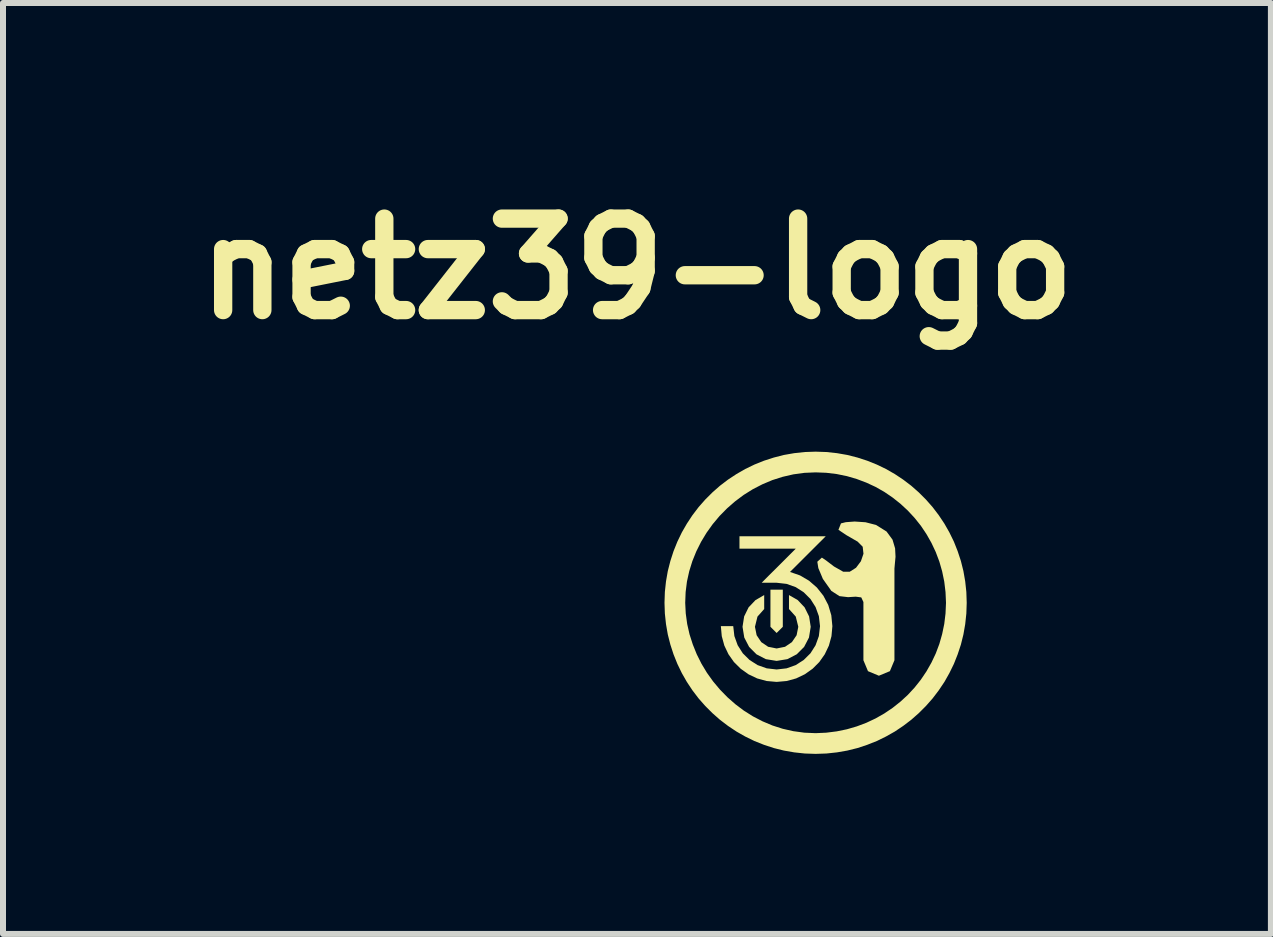
<source format=kicad_pcb>
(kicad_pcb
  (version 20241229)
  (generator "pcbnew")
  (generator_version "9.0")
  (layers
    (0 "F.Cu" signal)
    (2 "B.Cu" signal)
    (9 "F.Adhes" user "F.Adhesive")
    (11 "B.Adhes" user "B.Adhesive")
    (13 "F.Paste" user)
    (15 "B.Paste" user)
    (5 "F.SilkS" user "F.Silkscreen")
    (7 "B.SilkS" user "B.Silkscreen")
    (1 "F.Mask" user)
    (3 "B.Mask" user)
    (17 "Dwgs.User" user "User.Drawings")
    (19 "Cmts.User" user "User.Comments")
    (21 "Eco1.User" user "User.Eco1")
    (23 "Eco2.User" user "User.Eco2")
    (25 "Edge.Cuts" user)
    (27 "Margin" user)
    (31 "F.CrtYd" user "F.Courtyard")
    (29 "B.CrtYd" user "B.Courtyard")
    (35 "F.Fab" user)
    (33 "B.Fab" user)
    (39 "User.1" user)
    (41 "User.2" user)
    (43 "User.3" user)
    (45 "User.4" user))
  (footprint "netz39-logo"
    (layer "F.Cu")
    (at 7.562 4.016)
    (property "Reference" "netz39-logo" (at 0 -2.589 0) (layer "F.SilkS") (effects (font (size 1.524 1.524) (thickness 0.305))))
    (attr exclude_from_pos_files exclude_from_bom)
    (fp_poly (pts (xy 2.327 3.48) (xy 2.43 3.377) (xy 2.43 2.758) (xy 2.224 2.758) (xy 2.224 3.377) (xy 2.327 3.48)) (stroke (width 0) (type solid)) (fill yes) (layer "F.SilkS"))
    (fp_poly (pts (xy 2.327 3.945) (xy 2.506 3.916) (xy 2.662 3.835) (xy 2.785 3.712) (xy 2.866 3.556) (xy 2.895 3.377) (xy 2.868 3.204) (xy 2.793 3.053) (xy 2.679 2.932) (xy 2.533 2.848) (xy 2.533 3.081) (xy 2.646 3.207) (xy 2.688 3.377) (xy 2.66 3.517) (xy 2.582 3.632) (xy 2.467 3.71) (xy 2.327 3.738) (xy 2.186 3.71) (xy 2.071 3.632) (xy 1.994 3.517) (xy 1.966 3.377) (xy 2.008 3.207) (xy 2.12 3.081) (xy 2.12 2.848) (xy 1.975 2.932) (xy 1.86 3.053) (xy 1.786 3.204) (xy 1.759 3.377) (xy 1.788 3.556) (xy 1.869 3.712) (xy 1.991 3.835) (xy 2.147 3.916) (xy 2.327 3.945)) (stroke (width 0) (type solid)) (fill yes) (layer "F.SilkS"))
    (fp_poly (pts (xy 3.627 1.623) (xy 3.479 1.634) (xy 3.399 1.654) (xy 3.357 1.761) (xy 3.488 1.849) (xy 3.677 1.958) (xy 3.761 2.043) (xy 3.774 2.16) (xy 3.731 2.285) (xy 3.65 2.393) (xy 3.546 2.459) (xy 3.436 2.459) (xy 3.283 2.372) (xy 3.152 2.272) (xy 3.081 2.224) (xy 3.005 2.293) (xy 3.022 2.399) (xy 3.098 2.58) (xy 3.239 2.779) (xy 3.374 2.866) (xy 3.517 2.883) (xy 3.645 2.875) (xy 3.737 2.887) (xy 3.773 2.964) (xy 3.773 3.934) (xy 3.849 4.116) (xy 4.031 4.192) (xy 4.214 4.116) (xy 4.29 3.934) (xy 4.29 2.695) (xy 4.29 2.406) (xy 4.297 2.327) (xy 4.308 2.21) (xy 4.301 2.07) (xy 4.258 1.925) (xy 4.158 1.789) (xy 3.983 1.68) (xy 3.808 1.635) (xy 3.627 1.623)) (stroke (width 0) (type solid)) (fill yes) (layer "F.SilkS"))
    (fp_poly (pts (xy 1.708 1.869) (xy 1.708 2.075) (xy 2.646 2.075) (xy 2.532 2.189) (xy 2.419 2.302) (xy 2.305 2.416) (xy 2.191 2.529) (xy 2.078 2.643) (xy 2.327 2.643) (xy 2.493 2.662) (xy 2.645 2.716) (xy 2.779 2.802) (xy 2.891 2.914) (xy 2.976 3.048) (xy 3.031 3.2) (xy 3.05 3.366) (xy 3.031 3.531) (xy 2.976 3.684) (xy 2.891 3.818) (xy 2.779 3.929) (xy 2.645 4.015) (xy 2.493 4.069) (xy 2.327 4.088) (xy 2.162 4.069) (xy 2.01 4.015) (xy 1.875 3.929) (xy 1.763 3.818) (xy 1.678 3.684) (xy 1.623 3.531) (xy 1.604 3.366) (xy 1.398 3.366) (xy 1.413 3.533) (xy 1.456 3.69) (xy 1.525 3.835) (xy 1.616 3.964) (xy 1.729 4.076) (xy 1.858 4.168) (xy 2.003 4.237) (xy 2.16 4.28) (xy 2.327 4.295) (xy 2.494 4.28) (xy 2.652 4.237) (xy 2.796 4.168) (xy 2.926 4.076) (xy 3.038 3.964) (xy 3.129 3.835) (xy 3.198 3.69) (xy 3.241 3.533) (xy 3.256 3.366) (xy 3.238 3.184) (xy 3.187 3.013) (xy 3.106 2.859) (xy 2.998 2.723) (xy 2.867 2.609) (xy 2.717 2.521) (xy 2.55 2.463) (xy 3.145 1.869) (xy 1.708 1.869)) (stroke (width 0) (type solid)) (fill yes) (layer "F.SilkS"))
    (fp_poly (pts (xy 2.977 0.459) (xy 1.93 1.085) (xy 2.089 1.003) (xy 2.255 0.933) (xy 2.428 0.878) (xy 2.606 0.837) (xy 2.789 0.812) (xy 2.977 0.804) (xy 3.155 0.811) (xy 3.329 0.832) (xy 3.499 0.867) (xy 3.663 0.915) (xy 3.822 0.975) (xy 3.975 1.046) (xy 4.121 1.129) (xy 4.259 1.223) (xy 4.39 1.327) (xy 4.512 1.44) (xy 4.626 1.563) (xy 4.73 1.693) (xy 4.823 1.832) (xy 4.906 1.978) (xy 4.978 2.131) (xy 5.038 2.29) (xy 5.085 2.454) (xy 5.12 2.624) (xy 5.141 2.798) (xy 5.149 2.977) (xy 5.141 3.155) (xy 5.12 3.329) (xy 5.085 3.498) (xy 5.038 3.663) (xy 4.978 3.822) (xy 4.906 3.974) (xy 4.823 4.12) (xy 4.73 4.258) (xy 4.626 4.389) (xy 4.513 4.511) (xy 4.39 4.624) (xy 4.259 4.728) (xy 4.121 4.821) (xy 3.975 4.904) (xy 3.822 4.976) (xy 3.663 5.036) (xy 3.499 5.084) (xy 3.329 5.119) (xy 3.155 5.141) (xy 2.977 5.149) (xy 2.789 5.141) (xy 2.606 5.116) (xy 2.429 5.076) (xy 2.257 5.021) (xy 2.091 4.951) (xy 1.933 4.869) (xy 1.782 4.774) (xy 1.64 4.667) (xy 1.507 4.55) (xy 1.383 4.423) (xy 1.269 4.287) (xy 1.166 4.143) (xy 1.075 3.992) (xy 0.996 3.834) (xy 0.93 3.67) (xy 0.876 3.502) (xy 0.837 3.33) (xy 0.813 3.154) (xy 0.804 2.977) (xy 0.811 2.799) (xy 0.833 2.623) (xy 0.871 2.451) (xy 0.923 2.283) (xy 0.989 2.12) (xy 1.068 1.962) (xy 1.159 1.811) (xy 1.262 1.667) (xy 1.376 1.531) (xy 1.501 1.404) (xy 1.635 1.287) (xy 1.778 1.18) (xy 1.93 1.085) (xy 2.977 0.459) (xy 2.797 0.465) (xy 2.62 0.484) (xy 2.448 0.514) (xy 2.28 0.557) (xy 2.116 0.61) (xy 1.957 0.674) (xy 1.804 0.748) (xy 1.658 0.832) (xy 1.517 0.925) (xy 1.383 1.027) (xy 1.257 1.138) (xy 1.138 1.257) (xy 1.027 1.383) (xy 0.925 1.517) (xy 0.832 1.658) (xy 0.748 1.804) (xy 0.674 1.957) (xy 0.61 2.116) (xy 0.557 2.28) (xy 0.514 2.448) (xy 0.484 2.62) (xy 0.465 2.797) (xy 0.459 2.977) (xy 0.465 3.156) (xy 0.484 3.333) (xy 0.514 3.505) (xy 0.557 3.674) (xy 0.61 3.837) (xy 0.674 3.996) (xy 0.748 4.149) (xy 0.832 4.296) (xy 0.925 4.436) (xy 1.027 4.57) (xy 1.138 4.696) (xy 1.257 4.815) (xy 1.383 4.926) (xy 1.517 5.028) (xy 1.658 5.122) (xy 1.804 5.205) (xy 1.957 5.28) (xy 2.116 5.343) (xy 2.28 5.397) (xy 2.448 5.439) (xy 2.62 5.469) (xy 2.797 5.488) (xy 2.977 5.494) (xy 3.156 5.488) (xy 3.333 5.469) (xy 3.505 5.439) (xy 3.674 5.397) (xy 3.837 5.343) (xy 3.996 5.28) (xy 4.149 5.205) (xy 4.296 5.122) (xy 4.436 5.028) (xy 4.57 4.926) (xy 4.696 4.815) (xy 4.815 4.696) (xy 4.926 4.57) (xy 5.028 4.436) (xy 5.122 4.296) (xy 5.205 4.149) (xy 5.28 3.996) (xy 5.343 3.837) (xy 5.397 3.674) (xy 5.439 3.505) (xy 5.469 3.333) (xy 5.488 3.156) (xy 5.494 2.977) (xy 5.488 2.797) (xy 5.469 2.62) (xy 5.439 2.448) (xy 5.397 2.28) (xy 5.343 2.116) (xy 5.28 1.957) (xy 5.205 1.804) (xy 5.122 1.658) (xy 5.028 1.517) (xy 4.926 1.383) (xy 4.815 1.257) (xy 4.696 1.138) (xy 4.57 1.027) (xy 4.436 0.925) (xy 4.296 0.832) (xy 4.149 0.748) (xy 3.996 0.674) (xy 3.837 0.61) (xy 3.674 0.557) (xy 3.505 0.514) (xy 3.333 0.484) (xy 3.156 0.465) (xy 2.977 0.459)) (stroke (width 0) (type solid)) (fill yes) (layer "F.SilkS")))
  (gr_rect
    (start -3 -3)
    (end 18.124 12.51)
    (stroke (width 0.1) (type default))
    (fill no)
    (layer "Edge.Cuts")))
</source>
